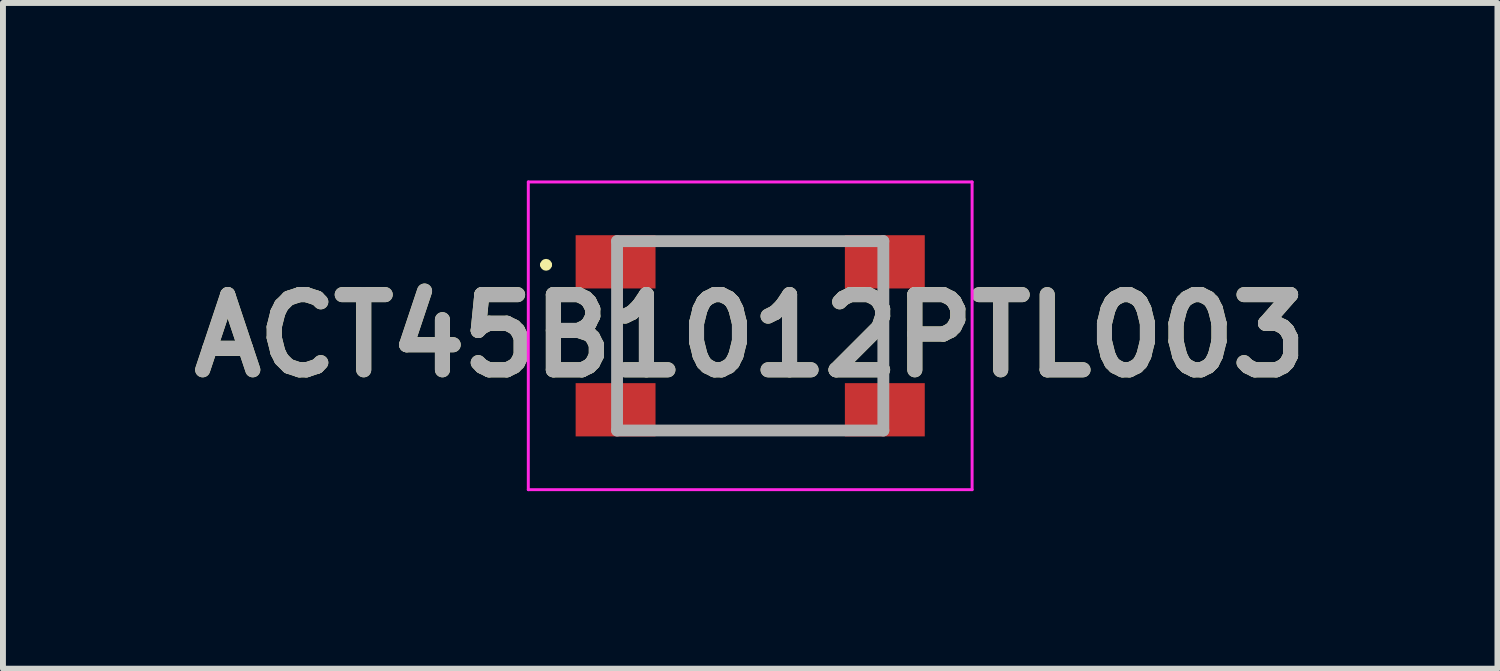
<source format=kicad_pcb>
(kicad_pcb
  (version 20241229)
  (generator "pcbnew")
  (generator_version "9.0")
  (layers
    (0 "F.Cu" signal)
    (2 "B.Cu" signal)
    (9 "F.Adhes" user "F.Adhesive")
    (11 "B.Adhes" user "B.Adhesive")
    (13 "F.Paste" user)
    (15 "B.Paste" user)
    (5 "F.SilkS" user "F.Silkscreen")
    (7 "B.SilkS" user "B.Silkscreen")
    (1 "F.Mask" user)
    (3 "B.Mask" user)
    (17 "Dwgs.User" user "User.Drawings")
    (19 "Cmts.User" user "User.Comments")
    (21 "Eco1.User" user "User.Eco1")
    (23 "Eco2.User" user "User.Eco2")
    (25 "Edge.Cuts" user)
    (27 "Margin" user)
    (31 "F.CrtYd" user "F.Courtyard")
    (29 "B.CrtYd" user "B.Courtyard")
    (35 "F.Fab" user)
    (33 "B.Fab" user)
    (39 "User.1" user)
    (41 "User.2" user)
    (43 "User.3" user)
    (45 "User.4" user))
  (footprint "ACT45B1012PTL003"
    (layer "F.Cu")
    (at 9.628 2.625)
    (property "Reference" "ACT45B1012PTL003" (at 0 0 0) (layer "F.SilkS") (effects (font (size 1.27 1.27) (thickness 0.254))))
    (attr smd)
    (fp_line (start -3.5 -1.2) (end -3.5 -1.2) (stroke (width 0.1) (type solid)) (layer "F.SilkS"))
    (fp_line (start -3.4 -1.2) (end -3.4 -1.2) (stroke (width 0.1) (type solid)) (layer "F.SilkS"))
    (fp_arc (start -3.5 -1.2) (mid -3.45 -1.25) (end -3.4 -1.2) (stroke (width 0.1) (type solid)) (layer "F.SilkS"))
    (fp_arc (start -3.4 -1.2) (mid -3.45 -1.15) (end -3.5 -1.2) (stroke (width 0.1) (type solid)) (layer "F.SilkS"))
    (fp_line (start -3.75 -2.6) (end 3.75 -2.6) (stroke (width 0.05) (type solid)) (layer "F.CrtYd"))
    (fp_line (start -3.75 2.6) (end -3.75 -2.6) (stroke (width 0.05) (type solid)) (layer "F.CrtYd"))
    (fp_line (start 3.75 -2.6) (end 3.75 2.6) (stroke (width 0.05) (type solid)) (layer "F.CrtYd"))
    (fp_line (start 3.75 2.6) (end -3.75 2.6) (stroke (width 0.05) (type solid)) (layer "F.CrtYd"))
    (fp_line (start -2.25 -1.6) (end 2.25 -1.6) (stroke (width 0.2) (type solid)) (layer "F.Fab"))
    (fp_line (start -2.25 1.6) (end -2.25 -1.6) (stroke (width 0.2) (type solid)) (layer "F.Fab"))
    (fp_line (start 2.25 -1.6) (end 2.25 1.6) (stroke (width 0.2) (type solid)) (layer "F.Fab"))
    (fp_line (start 2.25 1.6) (end -2.25 1.6) (stroke (width 0.2) (type solid)) (layer "F.Fab"))
    (fp_text user "${REFERENCE}" (at 0 0 0) (layer "F.Fab") (effects (font (size 1.27 1.27) (thickness 0.254))))
    (pad "1" smd rect (at -2.275 -1.25 90) (size 0.9 1.35) (layers "F.Cu" "F.Mask" "F.Paste"))
    (pad "2" smd rect (at -2.275 1.25 90) (size 0.9 1.35) (layers "F.Cu" "F.Mask" "F.Paste"))
    (pad "3" smd rect (at 2.275 1.25 90) (size 0.9 1.35) (layers "F.Cu" "F.Mask" "F.Paste"))
    (pad "4" smd rect (at 2.275 -1.25 90) (size 0.9 1.35) (layers "F.Cu" "F.Mask" "F.Paste")))
  (gr_rect
    (start -3 -3)
    (end 22.256 8.25)
    (stroke (width 0.1) (type default))
    (fill no)
    (layer "Edge.Cuts")))
</source>
